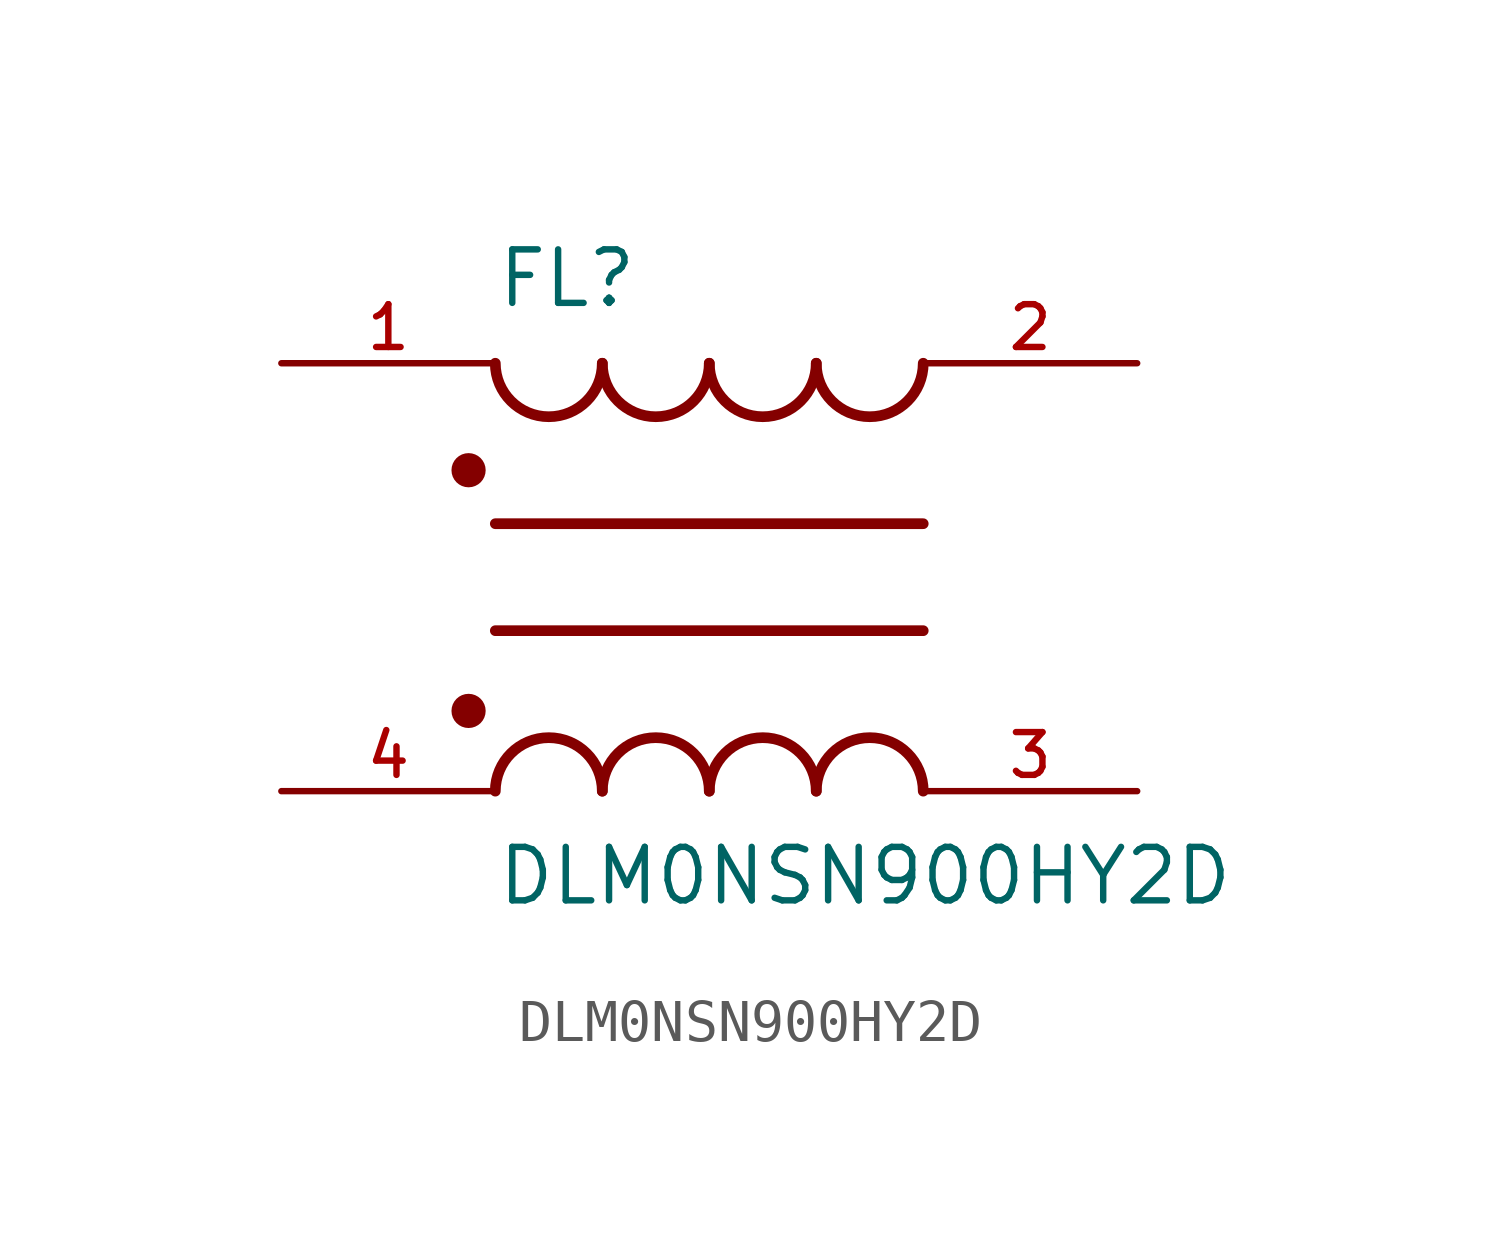
<source format=kicad_sym>
(kicad_symbol_lib
  (version 20211014)
  (generator kicad_symbol_editor)
  (symbol "DLM0NSN900HY2D"
    (pin_names
      (offset 1.016))
    (property "Reference" "FL"
      (at -5.08 6.35 0)
      (effects (font (size 1.27 1.27)) (justify bottom left)))
    (property "Value" "DLM0NSN900HY2D"
      (at -5.08 -6.35 0)
      (effects (font (size 1.27 1.27)) (justify top left)))
    (symbol "DLM0NSN900HY2D_0_0"
      (arc (start -2.54 -5.08) (mid -3.81 -3.81) (end -5.08 -5.08) (stroke (width 0.254) (type default) (color 0 0 0 0)) (fill (type none)))
      (arc (start 0.0 -5.08) (mid -1.27 -3.81) (end -2.54 -5.08) (stroke (width 0.254) (type default) (color 0 0 0 0)) (fill (type none)))
      (arc (start 2.54 -5.08) (mid 1.27 -3.81) (end 0.0 -5.08) (stroke (width 0.254) (type default) (color 0 0 0 0)) (fill (type none)))
      (arc (start 5.08 -5.08) (mid 3.81 -3.81) (end 2.54 -5.08) (stroke (width 0.254) (type default) (color 0 0 0 0)) (fill (type none)))
      (polyline (pts (xy -5.08 -1.27) (xy 5.08 -1.27)) (stroke (width 0.254)))
      (circle (center -5.715 -3.175) (radius 0.203) (stroke (width 0.406)) (fill (type none)))
      (arc (start 2.54 5.08) (mid 3.81 3.81) (end 5.08 5.08) (stroke (width 0.254) (type default) (color 0 0 0 0)) (fill (type none)))
      (arc (start 0.0 5.08) (mid 1.27 3.81) (end 2.54 5.08) (stroke (width 0.254) (type default) (color 0 0 0 0)) (fill (type none)))
      (arc (start -2.54 5.08) (mid -1.27 3.81) (end 0.0 5.08) (stroke (width 0.254) (type default) (color 0 0 0 0)) (fill (type none)))
      (arc (start -5.08 5.08) (mid -3.81 3.81) (end -2.54 5.08) (stroke (width 0.254) (type default) (color 0 0 0 0)) (fill (type none)))
      (polyline (pts (xy 5.08 1.27) (xy -5.08 1.27)) (stroke (width 0.254)))
      (circle (center -5.715 2.54) (radius 0.203) (stroke (width 0.406)) (fill (type none)))
      (pin passive line (at -10.16 -5.08 0) (length 5.08) (name "~" (effects (font (size 1.016 1.016)))) (number "4" (effects (font (size 1.016 1.016)))))
      (pin passive line (at 10.16 -5.08 180.0) (length 5.08) (name "~" (effects (font (size 1.016 1.016)))) (number "3" (effects (font (size 1.016 1.016)))))
      (pin passive line (at 10.16 5.08 180.0) (length 5.08) (name "~" (effects (font (size 1.016 1.016)))) (number "2" (effects (font (size 1.016 1.016)))))
      (pin passive line (at -10.16 5.08 0) (length 5.08) (name "~" (effects (font (size 1.016 1.016)))) (number "1" (effects (font (size 1.016 1.016))))))))
</source>
